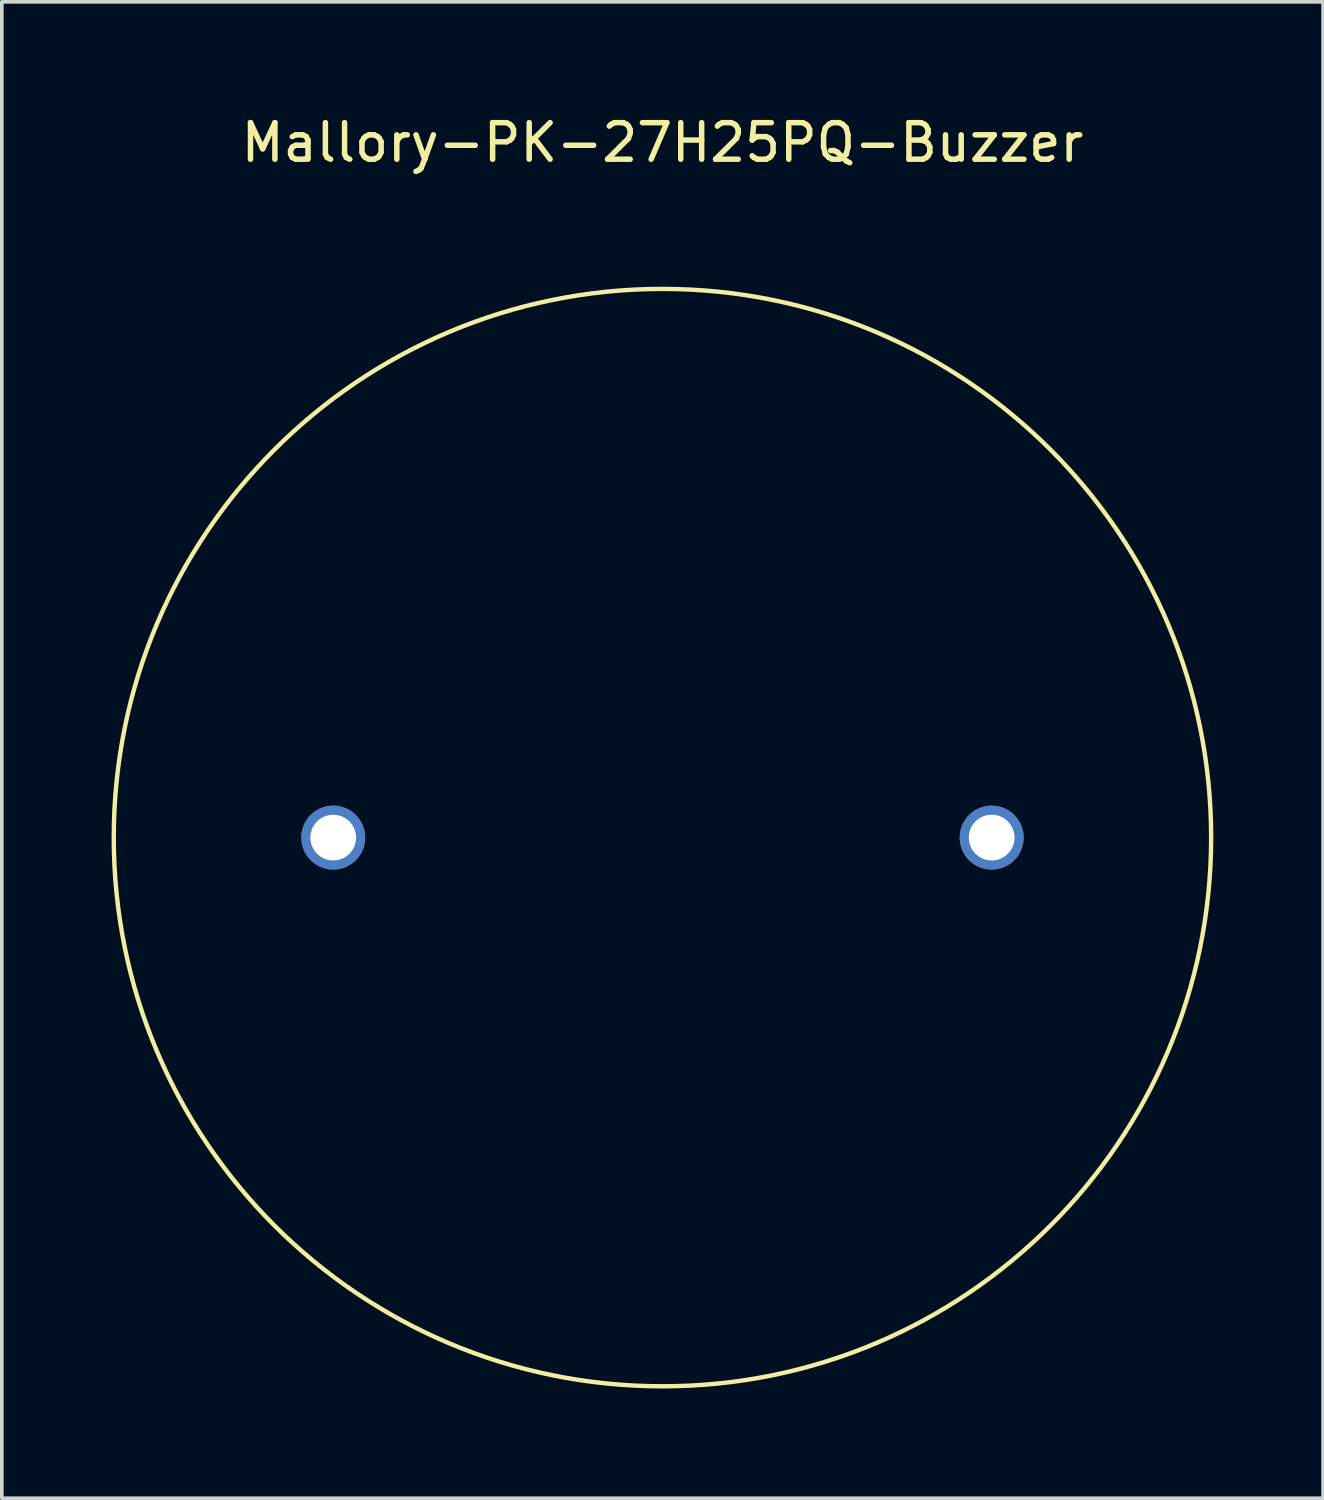
<source format=kicad_pcb>
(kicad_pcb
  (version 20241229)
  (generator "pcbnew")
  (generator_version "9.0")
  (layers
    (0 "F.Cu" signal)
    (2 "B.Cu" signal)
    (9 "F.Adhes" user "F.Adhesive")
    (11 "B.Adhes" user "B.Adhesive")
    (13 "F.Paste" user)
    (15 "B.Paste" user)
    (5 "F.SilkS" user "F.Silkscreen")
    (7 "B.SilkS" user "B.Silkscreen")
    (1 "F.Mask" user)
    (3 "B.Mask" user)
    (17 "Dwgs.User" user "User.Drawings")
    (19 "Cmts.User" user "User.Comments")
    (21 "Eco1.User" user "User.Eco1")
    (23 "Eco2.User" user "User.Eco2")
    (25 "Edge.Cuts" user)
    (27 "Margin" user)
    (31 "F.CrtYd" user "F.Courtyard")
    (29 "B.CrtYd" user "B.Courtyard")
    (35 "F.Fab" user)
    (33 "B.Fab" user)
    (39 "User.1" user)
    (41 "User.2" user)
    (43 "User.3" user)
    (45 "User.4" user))
  (footprint "Mallory-PK-27H25PQ-Buzzer"
    (layer "F.Cu")
    (at 15.06 19.848)
    (property "Reference" "Mallory-PK-27H25PQ-Buzzer" (at 0 -19 0) (layer "F.SilkS") (effects (font (size 1 1) (thickness 0.15))))
    (attr through_hole)
    (fp_circle (center 0 0) (end 15 0) (stroke (width 0.12) (type solid)) (fill no) (layer "F.SilkS"))
    (pad "1" thru_hole circle (at -9 0) (size 1.75 1.75) (drill 1.25) (layers "*.Cu" "*.Mask"))
    (pad "2" thru_hole circle (at 9 0) (size 1.75 1.75) (drill 1.25) (layers "*.Cu" "*.Mask")))
  (gr_rect
    (start -3 -3)
    (end 33.12 37.908)
    (stroke (width 0.1) (type default))
    (fill no)
    (layer "Edge.Cuts")))
</source>
